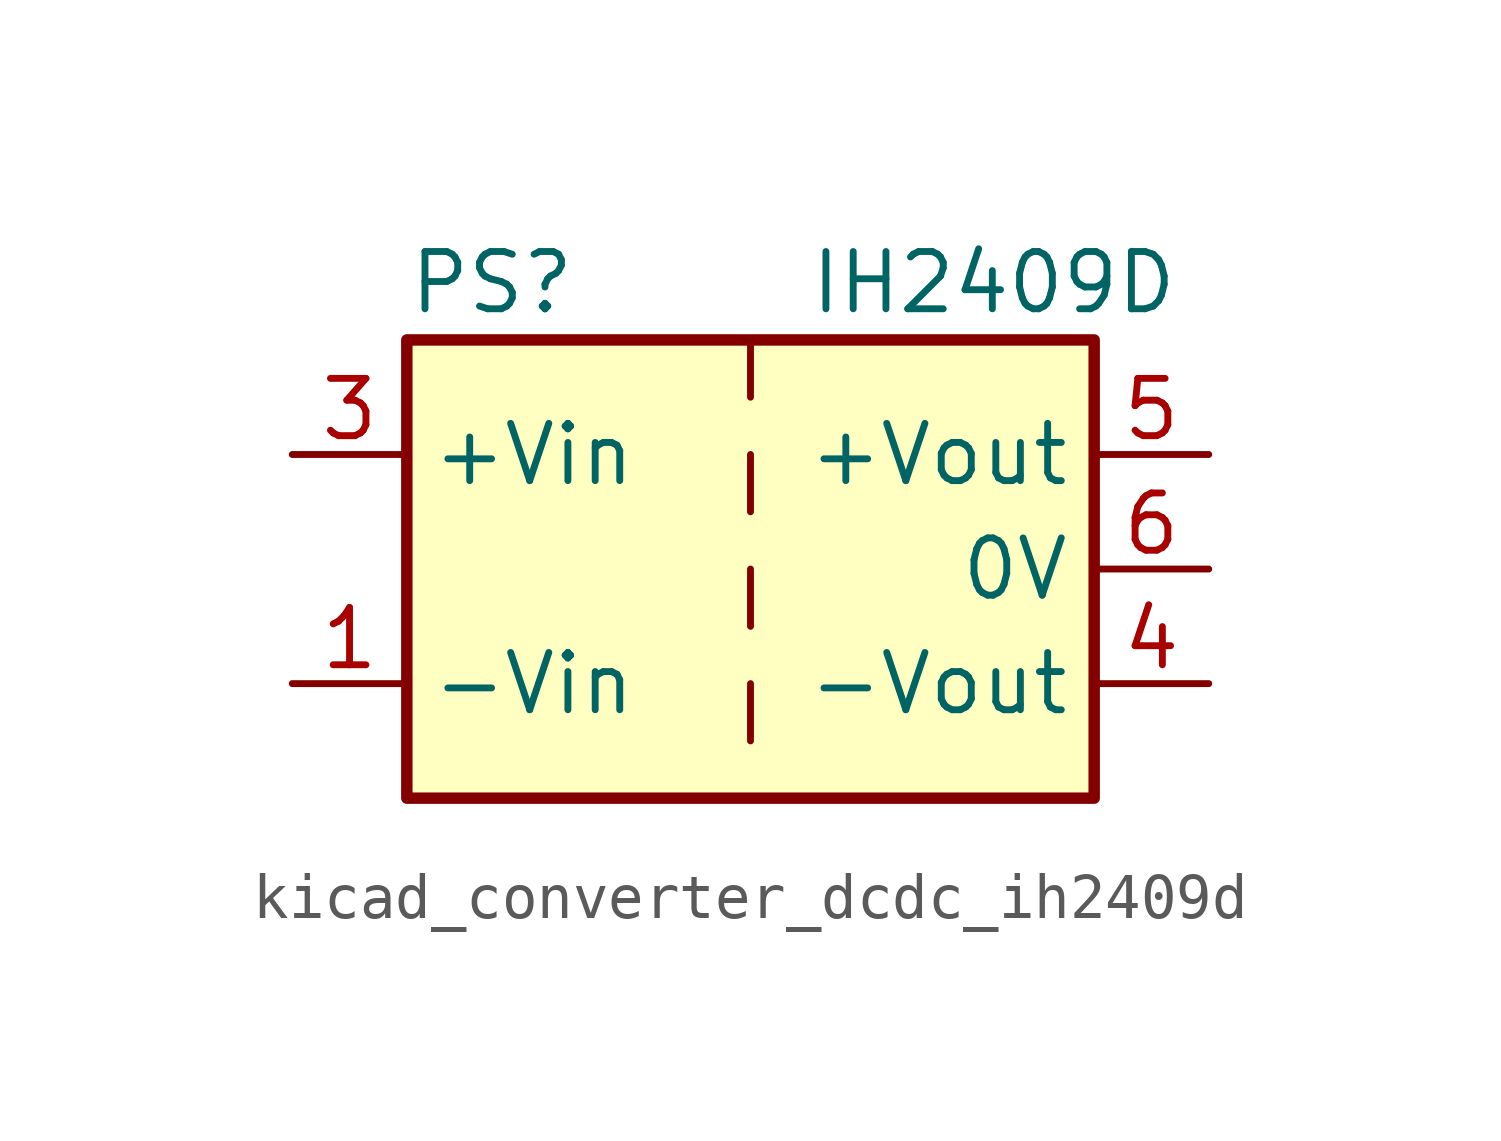
<source format=kicad_sym>
(kicad_symbol_lib
  (version 20220914)
  (generator kicad_symbol_editor)
  (symbol "kicad_converter_dcdc_ih2409d"
    (property "Reference" "PS"
      (at -7.62 6.35 0)
      (effects (font (size 1.27 1.27)) (justify left)))
    (property "Value" "IH2409D"
      (at 1.27 6.35 0)
      (effects (font (size 1.27 1.27)) (justify left)))
    (symbol "kicad_converter_dcdc_ih2409d_0_0"
      (pin power_in line (at -10.16 -2.54 0) (length 2.54) (name "-Vin" (effects (font (size 1.27 1.27)))) (number "1" (effects (font (size 1.27 1.27)))))
      (pin power_in line (at -10.16 2.54 0) (length 2.54) (name "+Vin" (effects (font (size 1.27 1.27)))) (number "3" (effects (font (size 1.27 1.27)))))
      (pin power_out line (at 10.16 -2.54 180) (length 2.54) (name "-Vout" (effects (font (size 1.27 1.27)))) (number "4" (effects (font (size 1.27 1.27)))))
      (pin power_out line (at 10.16 2.54 180) (length 2.54) (name "+Vout" (effects (font (size 1.27 1.27)))) (number "5" (effects (font (size 1.27 1.27)))))
      (pin power_out line (at 10.16 0 180) (length 2.54) (name "0V" (effects (font (size 1.27 1.27)))) (number "6" (effects (font (size 1.27 1.27))))))
    (symbol "kicad_converter_dcdc_ih2409d_0_1"
      (rectangle (start -7.62 5.08) (end 7.62 -5.08) (stroke (width 0.254) (type default)) (fill (type background)))
      (polyline (pts (xy 0 -2.54) (xy 0 -3.81)) (stroke (width 0) (type default)) (fill (type none)))
      (polyline (pts (xy 0 0) (xy 0 -1.27)) (stroke (width 0) (type default)) (fill (type none)))
      (polyline (pts (xy 0 2.54) (xy 0 1.27)) (stroke (width 0) (type default)) (fill (type none)))
      (polyline (pts (xy 0 5.08) (xy 0 3.81)) (stroke (width 0) (type default)) (fill (type none))))
    (symbol "kicad_converter_dcdc_ih2409d_1_1"
      (pin no_connect line (at 0 -5.08 90) (length 2.54) hide (name "NC" (effects (font (size 1.27 1.27)))) (number "2" (effects (font (size 1.27 1.27))))))))
</source>
